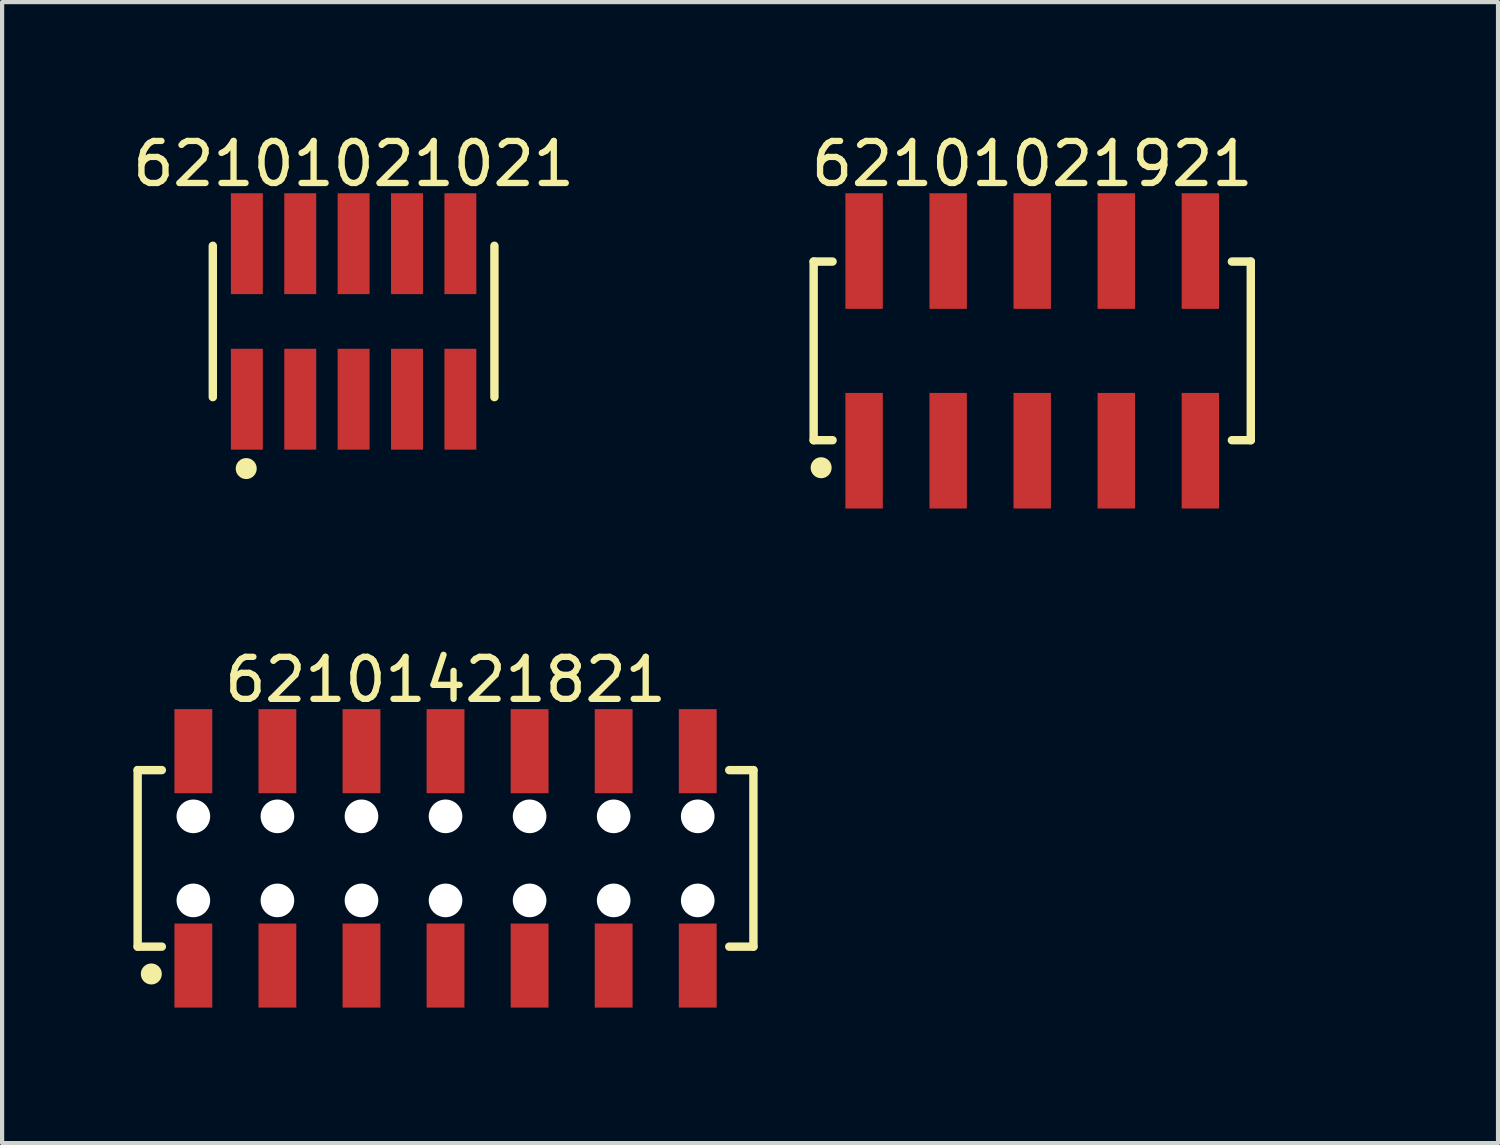
<source format=kicad_pcb>
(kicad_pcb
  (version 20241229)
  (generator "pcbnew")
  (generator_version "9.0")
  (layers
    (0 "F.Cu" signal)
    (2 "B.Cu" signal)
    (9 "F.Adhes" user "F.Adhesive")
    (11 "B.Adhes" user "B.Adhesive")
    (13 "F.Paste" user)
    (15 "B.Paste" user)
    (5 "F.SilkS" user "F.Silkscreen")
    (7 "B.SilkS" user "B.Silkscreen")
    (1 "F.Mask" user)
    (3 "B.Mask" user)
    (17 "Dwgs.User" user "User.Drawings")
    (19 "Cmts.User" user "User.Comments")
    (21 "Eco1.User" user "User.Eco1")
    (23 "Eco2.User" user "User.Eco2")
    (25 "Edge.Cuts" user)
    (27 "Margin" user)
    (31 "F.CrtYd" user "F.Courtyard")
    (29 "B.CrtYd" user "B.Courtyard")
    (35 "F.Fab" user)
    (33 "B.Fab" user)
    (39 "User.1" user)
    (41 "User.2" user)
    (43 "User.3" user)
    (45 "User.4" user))
  (footprint "62101421821"
    (layer "F.Cu")
    (at 7.55 17.372)
    (property "Reference" "62101421821" (at 0 -4.25 0) (layer "F.SilkS") (effects (font (size 1 1) (thickness 0.15))))
    (fp_line (start -7.325 -2.1) (end -6.75 -2.1) (stroke (width 0.2) (type solid)) (layer "F.SilkS"))
    (fp_line (start -7.325 2.1) (end -7.325 -2.1) (stroke (width 0.2) (type solid)) (layer "F.SilkS"))
    (fp_line (start -7.325 2.1) (end -6.75 2.1) (stroke (width 0.2) (type solid)) (layer "F.SilkS"))
    (fp_line (start 6.75 -2.1) (end 7.325 -2.1) (stroke (width 0.2) (type solid)) (layer "F.SilkS"))
    (fp_line (start 6.75 2.1) (end 7.325 2.1) (stroke (width 0.2) (type solid)) (layer "F.SilkS"))
    (fp_line (start 7.325 2.1) (end 7.325 -2.1) (stroke (width 0.2) (type solid)) (layer "F.SilkS"))
    (fp_circle (center -7 2.75) (end -7 2.625) (stroke (width 0.25) (type solid)) (fill no) (layer "F.SilkS"))
    (fp_line (start -7.525 -3.75) (end 7.525 -3.75) (stroke (width 0.05) (type solid)) (layer "Eco2.User"))
    (fp_line (start -7.525 3.75) (end -7.525 -3.75) (stroke (width 0.05) (type solid)) (layer "Eco2.User"))
    (fp_line (start -7.525 3.75) (end 7.525 3.75) (stroke (width 0.05) (type solid)) (layer "Eco2.User"))
    (fp_line (start -7.15 -2) (end 7.15 -2) (stroke (width 0.1) (type solid)) (layer "Eco2.User"))
    (fp_line (start -7.15 2) (end -7.15 -2) (stroke (width 0.1) (type solid)) (layer "Eco2.User"))
    (fp_line (start -7.15 2) (end 7.15 2) (stroke (width 0.1) (type solid)) (layer "Eco2.User"))
    (fp_line (start -6.25 -3) (end -5.75 -3) (stroke (width 0.1) (type solid)) (layer "Eco2.User"))
    (fp_line (start -6.25 -2) (end -6.25 -3) (stroke (width 0.1) (type solid)) (layer "Eco2.User"))
    (fp_line (start -6.25 3) (end -6.25 2) (stroke (width 0.1) (type solid)) (layer "Eco2.User"))
    (fp_line (start -6.25 3) (end -5.75 3) (stroke (width 0.1) (type solid)) (layer "Eco2.User"))
    (fp_line (start -5.75 -2) (end -5.75 -3) (stroke (width 0.1) (type solid)) (layer "Eco2.User"))
    (fp_line (start -5.75 3) (end -5.75 2) (stroke (width 0.1) (type solid)) (layer "Eco2.User"))
    (fp_line (start -4.25 -3) (end -3.75 -3) (stroke (width 0.1) (type solid)) (layer "Eco2.User"))
    (fp_line (start -4.25 -2) (end -4.25 -3) (stroke (width 0.1) (type solid)) (layer "Eco2.User"))
    (fp_line (start -4.25 3) (end -4.25 2) (stroke (width 0.1) (type solid)) (layer "Eco2.User"))
    (fp_line (start -4.25 3) (end -3.75 3) (stroke (width 0.1) (type solid)) (layer "Eco2.User"))
    (fp_line (start -3.75 -2) (end -3.75 -3) (stroke (width 0.1) (type solid)) (layer "Eco2.User"))
    (fp_line (start -3.75 3) (end -3.75 2) (stroke (width 0.1) (type solid)) (layer "Eco2.User"))
    (fp_line (start -2.25 -3) (end -1.75 -3) (stroke (width 0.1) (type solid)) (layer "Eco2.User"))
    (fp_line (start -2.25 -2) (end -2.25 -3) (stroke (width 0.1) (type solid)) (layer "Eco2.User"))
    (fp_line (start -2.25 3) (end -2.25 2) (stroke (width 0.1) (type solid)) (layer "Eco2.User"))
    (fp_line (start -2.25 3) (end -1.75 3) (stroke (width 0.1) (type solid)) (layer "Eco2.User"))
    (fp_line (start -1.75 -2) (end -1.75 -3) (stroke (width 0.1) (type solid)) (layer "Eco2.User"))
    (fp_line (start -1.75 3) (end -1.75 2) (stroke (width 0.1) (type solid)) (layer "Eco2.User"))
    (fp_line (start -0.5 0) (end 0.5 0) (stroke (width 0.05) (type solid)) (layer "Eco2.User"))
    (fp_line (start -0.25 -3) (end 0.25 -3) (stroke (width 0.1) (type solid)) (layer "Eco2.User"))
    (fp_line (start -0.25 -2) (end -0.25 -3) (stroke (width 0.1) (type solid)) (layer "Eco2.User"))
    (fp_line (start -0.25 3) (end -0.25 2) (stroke (width 0.1) (type solid)) (layer "Eco2.User"))
    (fp_line (start -0.25 3) (end 0.25 3) (stroke (width 0.1) (type solid)) (layer "Eco2.User"))
    (fp_line (start 0 0.5) (end 0 -0.5) (stroke (width 0.05) (type solid)) (layer "Eco2.User"))
    (fp_line (start 0.25 -2) (end 0.25 -3) (stroke (width 0.1) (type solid)) (layer "Eco2.User"))
    (fp_line (start 0.25 3) (end 0.25 2) (stroke (width 0.1) (type solid)) (layer "Eco2.User"))
    (fp_line (start 1.75 -3) (end 2.25 -3) (stroke (width 0.1) (type solid)) (layer "Eco2.User"))
    (fp_line (start 1.75 -2) (end 1.75 -3) (stroke (width 0.1) (type solid)) (layer "Eco2.User"))
    (fp_line (start 1.75 3) (end 1.75 2) (stroke (width 0.1) (type solid)) (layer "Eco2.User"))
    (fp_line (start 1.75 3) (end 2.25 3) (stroke (width 0.1) (type solid)) (layer "Eco2.User"))
    (fp_line (start 2.25 -2) (end 2.25 -3) (stroke (width 0.1) (type solid)) (layer "Eco2.User"))
    (fp_line (start 2.25 3) (end 2.25 2) (stroke (width 0.1) (type solid)) (layer "Eco2.User"))
    (fp_line (start 3.75 -3) (end 4.25 -3) (stroke (width 0.1) (type solid)) (layer "Eco2.User"))
    (fp_line (start 3.75 -2) (end 3.75 -3) (stroke (width 0.1) (type solid)) (layer "Eco2.User"))
    (fp_line (start 3.75 3) (end 3.75 2) (stroke (width 0.1) (type solid)) (layer "Eco2.User"))
    (fp_line (start 3.75 3) (end 4.25 3) (stroke (width 0.1) (type solid)) (layer "Eco2.User"))
    (fp_line (start 4.25 -2) (end 4.25 -3) (stroke (width 0.1) (type solid)) (layer "Eco2.User"))
    (fp_line (start 4.25 3) (end 4.25 2) (stroke (width 0.1) (type solid)) (layer "Eco2.User"))
    (fp_line (start 5.75 -3) (end 6.25 -3) (stroke (width 0.1) (type solid)) (layer "Eco2.User"))
    (fp_line (start 5.75 -2) (end 5.75 -3) (stroke (width 0.1) (type solid)) (layer "Eco2.User"))
    (fp_line (start 5.75 3) (end 5.75 2) (stroke (width 0.1) (type solid)) (layer "Eco2.User"))
    (fp_line (start 5.75 3) (end 6.25 3) (stroke (width 0.1) (type solid)) (layer "Eco2.User"))
    (fp_line (start 6.25 -2) (end 6.25 -3) (stroke (width 0.1) (type solid)) (layer "Eco2.User"))
    (fp_line (start 6.25 3) (end 6.25 2) (stroke (width 0.1) (type solid)) (layer "Eco2.User"))
    (fp_line (start 7.15 2) (end 7.15 -2) (stroke (width 0.1) (type solid)) (layer "Eco2.User"))
    (fp_line (start 7.525 3.75) (end 7.525 -3.75) (stroke (width 0.05) (type solid)) (layer "Eco2.User"))
    (fp_text user "${REFERENCE}" (at 0.1 -0.131 0) (unlocked yes) (layer "User.3") (effects (font (size 1 1) (thickness 0.1))))
    (pad "" np_thru_hole circle (at -6 -1) (size 0.8 0.8) (drill 0.8) (layers "*.Cu" "*.Mask"))
    (pad "" np_thru_hole circle (at -6 1) (size 0.8 0.8) (drill 0.8) (layers "*.Cu" "*.Mask"))
    (pad "" np_thru_hole circle (at -4 -1) (size 0.8 0.8) (drill 0.8) (layers "*.Cu" "*.Mask"))
    (pad "" np_thru_hole circle (at -4 1) (size 0.8 0.8) (drill 0.8) (layers "*.Cu" "*.Mask"))
    (pad "" np_thru_hole circle (at -2 -1) (size 0.8 0.8) (drill 0.8) (layers "*.Cu" "*.Mask"))
    (pad "" np_thru_hole circle (at -2 1) (size 0.8 0.8) (drill 0.8) (layers "*.Cu" "*.Mask"))
    (pad "" np_thru_hole circle (at 0 -1) (size 0.8 0.8) (drill 0.8) (layers "*.Cu" "*.Mask"))
    (pad "" np_thru_hole circle (at 0 1) (size 0.8 0.8) (drill 0.8) (layers "*.Cu" "*.Mask"))
    (pad "" np_thru_hole circle (at 2 -1) (size 0.8 0.8) (drill 0.8) (layers "*.Cu" "*.Mask"))
    (pad "" np_thru_hole circle (at 2 1) (size 0.8 0.8) (drill 0.8) (layers "*.Cu" "*.Mask"))
    (pad "" np_thru_hole circle (at 4 -1) (size 0.8 0.8) (drill 0.8) (layers "*.Cu" "*.Mask"))
    (pad "" np_thru_hole circle (at 4 1) (size 0.8 0.8) (drill 0.8) (layers "*.Cu" "*.Mask"))
    (pad "" np_thru_hole circle (at 6 -1) (size 0.8 0.8) (drill 0.8) (layers "*.Cu" "*.Mask"))
    (pad "" np_thru_hole circle (at 6 1) (size 0.8 0.8) (drill 0.8) (layers "*.Cu" "*.Mask"))
    (pad "1" smd rect (at -6 2.55) (size 0.9 2) (layers "F.Cu" "F.Mask" "F.Paste"))
    (pad "2" smd rect (at -6 -2.55) (size 0.9 2) (layers "F.Cu" "F.Mask" "F.Paste"))
    (pad "3" smd rect (at -4 2.55) (size 0.9 2) (layers "F.Cu" "F.Mask" "F.Paste"))
    (pad "4" smd rect (at -4 -2.55) (size 0.9 2) (layers "F.Cu" "F.Mask" "F.Paste"))
    (pad "5" smd rect (at -2 2.55) (size 0.9 2) (layers "F.Cu" "F.Mask" "F.Paste"))
    (pad "6" smd rect (at -2 -2.55) (size 0.9 2) (layers "F.Cu" "F.Mask" "F.Paste"))
    (pad "7" smd rect (at 0 2.55) (size 0.9 2) (layers "F.Cu" "F.Mask" "F.Paste"))
    (pad "8" smd rect (at 0 -2.55) (size 0.9 2) (layers "F.Cu" "F.Mask" "F.Paste"))
    (pad "9" smd rect (at 2 2.55) (size 0.9 2) (layers "F.Cu" "F.Mask" "F.Paste"))
    (pad "10" smd rect (at 2 -2.55) (size 0.9 2) (layers "F.Cu" "F.Mask" "F.Paste"))
    (pad "11" smd rect (at 4 2.55) (size 0.9 2) (layers "F.Cu" "F.Mask" "F.Paste"))
    (pad "12" smd rect (at 4 -2.55) (size 0.9 2) (layers "F.Cu" "F.Mask" "F.Paste"))
    (pad "13" smd rect (at 6 2.55) (size 0.9 2) (layers "F.Cu" "F.Mask" "F.Paste"))
    (pad "14" smd rect (at 6 -2.55) (size 0.9 2) (layers "F.Cu" "F.Mask" "F.Paste")))
  (footprint "62101021921"
    (layer "F.Cu")
    (at 21.508 5.298)
    (property "Reference" "62101021921" (at 0 -4.45 0) (layer "F.SilkS") (effects (font (size 1 1) (thickness 0.15))))
    (fp_line (start -5.2 -2.125) (end -4.75 -2.125) (stroke (width 0.2) (type solid)) (layer "F.SilkS"))
    (fp_line (start -5.2 2.125) (end -5.2 -2.125) (stroke (width 0.2) (type solid)) (layer "F.SilkS"))
    (fp_line (start -5.2 2.125) (end -4.75 2.125) (stroke (width 0.2) (type solid)) (layer "F.SilkS"))
    (fp_line (start 4.75 -2.125) (end 5.2 -2.125) (stroke (width 0.2) (type solid)) (layer "F.SilkS"))
    (fp_line (start 4.75 2.125) (end 5.2 2.125) (stroke (width 0.2) (type solid)) (layer "F.SilkS"))
    (fp_line (start 5.2 2.125) (end 5.2 -2.125) (stroke (width 0.2) (type solid)) (layer "F.SilkS"))
    (fp_circle (center -5.022 2.78) (end -5.022 2.655) (stroke (width 0.25) (type solid)) (fill no) (layer "F.SilkS"))
    (fp_line (start -5.4 -3.95) (end 5.4 -3.95) (stroke (width 0.05) (type solid)) (layer "Eco2.User"))
    (fp_line (start -5.4 3.95) (end -5.4 -3.95) (stroke (width 0.05) (type solid)) (layer "Eco2.User"))
    (fp_line (start -5.4 3.95) (end 5.4 3.95) (stroke (width 0.05) (type solid)) (layer "Eco2.User"))
    (fp_line (start -5 -2) (end 5 -2) (stroke (width 0.1) (type solid)) (layer "Eco2.User"))
    (fp_line (start -5 2) (end -5 -2) (stroke (width 0.1) (type solid)) (layer "Eco2.User"))
    (fp_line (start -5 2) (end 5 2) (stroke (width 0.1) (type solid)) (layer "Eco2.User"))
    (fp_line (start -4.25 -3.1) (end -3.75 -3.1) (stroke (width 0.1) (type solid)) (layer "Eco2.User"))
    (fp_line (start -4.25 -2) (end -4.25 -3.1) (stroke (width 0.1) (type solid)) (layer "Eco2.User"))
    (fp_line (start -4.25 3.1) (end -4.25 2) (stroke (width 0.1) (type solid)) (layer "Eco2.User"))
    (fp_line (start -4.25 3.1) (end -3.75 3.1) (stroke (width 0.1) (type solid)) (layer "Eco2.User"))
    (fp_line (start -3.75 -2) (end -3.75 -3.1) (stroke (width 0.1) (type solid)) (layer "Eco2.User"))
    (fp_line (start -3.75 3.1) (end -3.75 2) (stroke (width 0.1) (type solid)) (layer "Eco2.User"))
    (fp_line (start -2.25 -3.1) (end -1.75 -3.1) (stroke (width 0.1) (type solid)) (layer "Eco2.User"))
    (fp_line (start -2.25 -2) (end -2.25 -3.1) (stroke (width 0.1) (type solid)) (layer "Eco2.User"))
    (fp_line (start -2.25 3.1) (end -2.25 2) (stroke (width 0.1) (type solid)) (layer "Eco2.User"))
    (fp_line (start -2.25 3.1) (end -1.75 3.1) (stroke (width 0.1) (type solid)) (layer "Eco2.User"))
    (fp_line (start -1.75 -2) (end -1.75 -3.1) (stroke (width 0.1) (type solid)) (layer "Eco2.User"))
    (fp_line (start -1.75 3.1) (end -1.75 2) (stroke (width 0.1) (type solid)) (layer "Eco2.User"))
    (fp_line (start -0.5 0) (end 0.5 0) (stroke (width 0.05) (type solid)) (layer "Eco2.User"))
    (fp_line (start -0.25 -3.1) (end 0.25 -3.1) (stroke (width 0.1) (type solid)) (layer "Eco2.User"))
    (fp_line (start -0.25 -2) (end -0.25 -3.1) (stroke (width 0.1) (type solid)) (layer "Eco2.User"))
    (fp_line (start -0.25 3.1) (end -0.25 2) (stroke (width 0.1) (type solid)) (layer "Eco2.User"))
    (fp_line (start -0.25 3.1) (end 0.25 3.1) (stroke (width 0.1) (type solid)) (layer "Eco2.User"))
    (fp_line (start 0 0.5) (end 0 -0.5) (stroke (width 0.05) (type solid)) (layer "Eco2.User"))
    (fp_line (start 0.25 -2) (end 0.25 -3.1) (stroke (width 0.1) (type solid)) (layer "Eco2.User"))
    (fp_line (start 0.25 3.1) (end 0.25 2) (stroke (width 0.1) (type solid)) (layer "Eco2.User"))
    (fp_line (start 1.75 -3.1) (end 2.25 -3.1) (stroke (width 0.1) (type solid)) (layer "Eco2.User"))
    (fp_line (start 1.75 -2) (end 1.75 -3.1) (stroke (width 0.1) (type solid)) (layer "Eco2.User"))
    (fp_line (start 1.75 3.1) (end 1.75 2) (stroke (width 0.1) (type solid)) (layer "Eco2.User"))
    (fp_line (start 1.75 3.1) (end 2.25 3.1) (stroke (width 0.1) (type solid)) (layer "Eco2.User"))
    (fp_line (start 2.25 -2) (end 2.25 -3.1) (stroke (width 0.1) (type solid)) (layer "Eco2.User"))
    (fp_line (start 2.25 3.1) (end 2.25 2) (stroke (width 0.1) (type solid)) (layer "Eco2.User"))
    (fp_line (start 3.75 -3.1) (end 4.25 -3.1) (stroke (width 0.1) (type solid)) (layer "Eco2.User"))
    (fp_line (start 3.75 -2) (end 3.75 -3.1) (stroke (width 0.1) (type solid)) (layer "Eco2.User"))
    (fp_line (start 3.75 3.1) (end 3.75 2) (stroke (width 0.1) (type solid)) (layer "Eco2.User"))
    (fp_line (start 3.75 3.1) (end 4.25 3.1) (stroke (width 0.1) (type solid)) (layer "Eco2.User"))
    (fp_line (start 4.25 -2) (end 4.25 -3.1) (stroke (width 0.1) (type solid)) (layer "Eco2.User"))
    (fp_line (start 4.25 3.1) (end 4.25 2) (stroke (width 0.1) (type solid)) (layer "Eco2.User"))
    (fp_line (start 5 2) (end 5 -2) (stroke (width 0.1) (type solid)) (layer "Eco2.User"))
    (fp_line (start 5.4 3.95) (end 5.4 -3.95) (stroke (width 0.05) (type solid)) (layer "Eco2.User"))
    (fp_text user "${REFERENCE}" (at 0.15 -0.197 0) (unlocked yes) (layer "User.3") (effects (font (size 1.5 1.5) (thickness 0.15))))
    (pad "1" smd rect (at -4 2.375) (size 0.89 2.75) (layers "F.Cu" "F.Mask" "F.Paste"))
    (pad "2" smd rect (at -4 -2.375) (size 0.89 2.75) (layers "F.Cu" "F.Mask" "F.Paste"))
    (pad "3" smd rect (at -2 2.375) (size 0.89 2.75) (layers "F.Cu" "F.Mask" "F.Paste"))
    (pad "4" smd rect (at -2 -2.375) (size 0.89 2.75) (layers "F.Cu" "F.Mask" "F.Paste"))
    (pad "5" smd rect (at 0 2.375) (size 0.89 2.75) (layers "F.Cu" "F.Mask" "F.Paste"))
    (pad "6" smd rect (at 0 -2.375) (size 0.89 2.75) (layers "F.Cu" "F.Mask" "F.Paste"))
    (pad "7" smd rect (at 2 2.375) (size 0.89 2.75) (layers "F.Cu" "F.Mask" "F.Paste"))
    (pad "8" smd rect (at 2 -2.375) (size 0.89 2.75) (layers "F.Cu" "F.Mask" "F.Paste"))
    (pad "9" smd rect (at 4 2.375) (size 0.89 2.75) (layers "F.Cu" "F.Mask" "F.Paste"))
    (pad "10" smd rect (at 4 -2.375) (size 0.89 2.75) (layers "F.Cu" "F.Mask" "F.Paste")))
  (footprint "62101021021"
    (layer "F.Cu")
    (at 5.363 4.598)
    (property "Reference" "62101021021" (at 0 -3.75 0) (layer "F.SilkS") (effects (font (size 1 1) (thickness 0.15))))
    (fp_line (start -3.35 1.8) (end -3.35 -1.8) (stroke (width 0.2) (type solid)) (layer "F.SilkS"))
    (fp_line (start 3.35 1.8) (end 3.35 -1.8) (stroke (width 0.2) (type solid)) (layer "F.SilkS"))
    (fp_circle (center -2.555 3.5) (end -2.555 3.375) (stroke (width 0.25) (type solid)) (fill no) (layer "F.SilkS"))
    (fp_line (start -3.55 -3.25) (end 3.55 -3.25) (stroke (width 0.05) (type solid)) (layer "Eco2.User"))
    (fp_line (start -3.55 3.25) (end -3.55 -3.25) (stroke (width 0.05) (type solid)) (layer "Eco2.User"))
    (fp_line (start -3.55 3.25) (end 3.55 3.25) (stroke (width 0.05) (type solid)) (layer "Eco2.User"))
    (fp_line (start -3.175 -1.7) (end 3.175 -1.7) (stroke (width 0.1) (type solid)) (layer "Eco2.User"))
    (fp_line (start -3.175 1.7) (end -3.175 -1.7) (stroke (width 0.1) (type solid)) (layer "Eco2.User"))
    (fp_line (start -3.175 1.7) (end 3.175 1.7) (stroke (width 0.1) (type solid)) (layer "Eco2.User"))
    (fp_line (start -2.74 -2.5) (end -2.34 -2.5) (stroke (width 0.1) (type solid)) (layer "Eco2.User"))
    (fp_line (start -2.74 -1.7) (end -2.74 -2.5) (stroke (width 0.1) (type solid)) (layer "Eco2.User"))
    (fp_line (start -2.74 2.5) (end -2.74 1.7) (stroke (width 0.1) (type solid)) (layer "Eco2.User"))
    (fp_line (start -2.74 2.5) (end -2.34 2.5) (stroke (width 0.1) (type solid)) (layer "Eco2.User"))
    (fp_line (start -2.34 -1.7) (end -2.34 -2.5) (stroke (width 0.1) (type solid)) (layer "Eco2.User"))
    (fp_line (start -2.34 2.5) (end -2.34 1.7) (stroke (width 0.1) (type solid)) (layer "Eco2.User"))
    (fp_line (start -1.47 -2.5) (end -1.07 -2.5) (stroke (width 0.1) (type solid)) (layer "Eco2.User"))
    (fp_line (start -1.47 -1.7) (end -1.47 -2.5) (stroke (width 0.1) (type solid)) (layer "Eco2.User"))
    (fp_line (start -1.47 2.5) (end -1.47 1.7) (stroke (width 0.1) (type solid)) (layer "Eco2.User"))
    (fp_line (start -1.47 2.5) (end -1.07 2.5) (stroke (width 0.1) (type solid)) (layer "Eco2.User"))
    (fp_line (start -1.07 -1.7) (end -1.07 -2.5) (stroke (width 0.1) (type solid)) (layer "Eco2.User"))
    (fp_line (start -1.07 2.5) (end -1.07 1.7) (stroke (width 0.1) (type solid)) (layer "Eco2.User"))
    (fp_line (start -0.5 0) (end 0.5 0) (stroke (width 0.05) (type solid)) (layer "Eco2.User"))
    (fp_line (start -0.2 -2.5) (end 0.2 -2.5) (stroke (width 0.1) (type solid)) (layer "Eco2.User"))
    (fp_line (start -0.2 -1.7) (end -0.2 -2.5) (stroke (width 0.1) (type solid)) (layer "Eco2.User"))
    (fp_line (start -0.2 2.5) (end -0.2 1.7) (stroke (width 0.1) (type solid)) (layer "Eco2.User"))
    (fp_line (start -0.2 2.5) (end 0.2 2.5) (stroke (width 0.1) (type solid)) (layer "Eco2.User"))
    (fp_line (start 0 0.5) (end 0 -0.5) (stroke (width 0.05) (type solid)) (layer "Eco2.User"))
    (fp_line (start 0.2 -1.7) (end 0.2 -2.5) (stroke (width 0.1) (type solid)) (layer "Eco2.User"))
    (fp_line (start 0.2 2.5) (end 0.2 1.7) (stroke (width 0.1) (type solid)) (layer "Eco2.User"))
    (fp_line (start 1.07 -2.5) (end 1.47 -2.5) (stroke (width 0.1) (type solid)) (layer "Eco2.User"))
    (fp_line (start 1.07 -1.7) (end 1.07 -2.5) (stroke (width 0.1) (type solid)) (layer "Eco2.User"))
    (fp_line (start 1.07 2.5) (end 1.07 1.7) (stroke (width 0.1) (type solid)) (layer "Eco2.User"))
    (fp_line (start 1.07 2.5) (end 1.47 2.5) (stroke (width 0.1) (type solid)) (layer "Eco2.User"))
    (fp_line (start 1.47 -1.7) (end 1.47 -2.5) (stroke (width 0.1) (type solid)) (layer "Eco2.User"))
    (fp_line (start 1.47 2.5) (end 1.47 1.7) (stroke (width 0.1) (type solid)) (layer "Eco2.User"))
    (fp_line (start 2.34 -2.5) (end 2.74 -2.5) (stroke (width 0.1) (type solid)) (layer "Eco2.User"))
    (fp_line (start 2.34 -1.7) (end 2.34 -2.5) (stroke (width 0.1) (type solid)) (layer "Eco2.User"))
    (fp_line (start 2.34 2.5) (end 2.34 1.7) (stroke (width 0.1) (type solid)) (layer "Eco2.User"))
    (fp_line (start 2.34 2.5) (end 2.74 2.5) (stroke (width 0.1) (type solid)) (layer "Eco2.User"))
    (fp_line (start 2.74 -1.7) (end 2.74 -2.5) (stroke (width 0.1) (type solid)) (layer "Eco2.User"))
    (fp_line (start 2.74 2.5) (end 2.74 1.7) (stroke (width 0.1) (type solid)) (layer "Eco2.User"))
    (fp_line (start 3.175 1.7) (end 3.175 -1.7) (stroke (width 0.1) (type solid)) (layer "Eco2.User"))
    (fp_line (start 3.55 3.25) (end 3.55 -3.25) (stroke (width 0.05) (type solid)) (layer "Eco2.User"))
    (fp_text user "${REFERENCE}" (at 0.07 -0.092 0) (unlocked yes) (layer "User.3") (effects (font (size 0.7 0.7) (thickness 0.07))))
    (pad "1" smd rect (at -2.54 1.85) (size 0.76 2.4) (layers "F.Cu" "F.Mask" "F.Paste"))
    (pad "2" smd rect (at -2.54 -1.85) (size 0.76 2.4) (layers "F.Cu" "F.Mask" "F.Paste"))
    (pad "3" smd rect (at -1.27 1.85) (size 0.76 2.4) (layers "F.Cu" "F.Mask" "F.Paste"))
    (pad "4" smd rect (at -1.27 -1.85) (size 0.76 2.4) (layers "F.Cu" "F.Mask" "F.Paste"))
    (pad "5" smd rect (at 0 1.85) (size 0.76 2.4) (layers "F.Cu" "F.Mask" "F.Paste"))
    (pad "6" smd rect (at 0 -1.85) (size 0.76 2.4) (layers "F.Cu" "F.Mask" "F.Paste"))
    (pad "7" smd rect (at 1.27 1.85) (size 0.76 2.4) (layers "F.Cu" "F.Mask" "F.Paste"))
    (pad "8" smd rect (at 1.27 -1.85) (size 0.76 2.4) (layers "F.Cu" "F.Mask" "F.Paste"))
    (pad "9" smd rect (at 2.54 1.85) (size 0.76 2.4) (layers "F.Cu" "F.Mask" "F.Paste"))
    (pad "10" smd rect (at 2.54 -1.85) (size 0.76 2.4) (layers "F.Cu" "F.Mask" "F.Paste")))
  (gr_rect
    (start -3 -3)
    (end 32.59 24.146)
    (stroke (width 0.1) (type default))
    (fill no)
    (layer "Edge.Cuts")))
</source>
